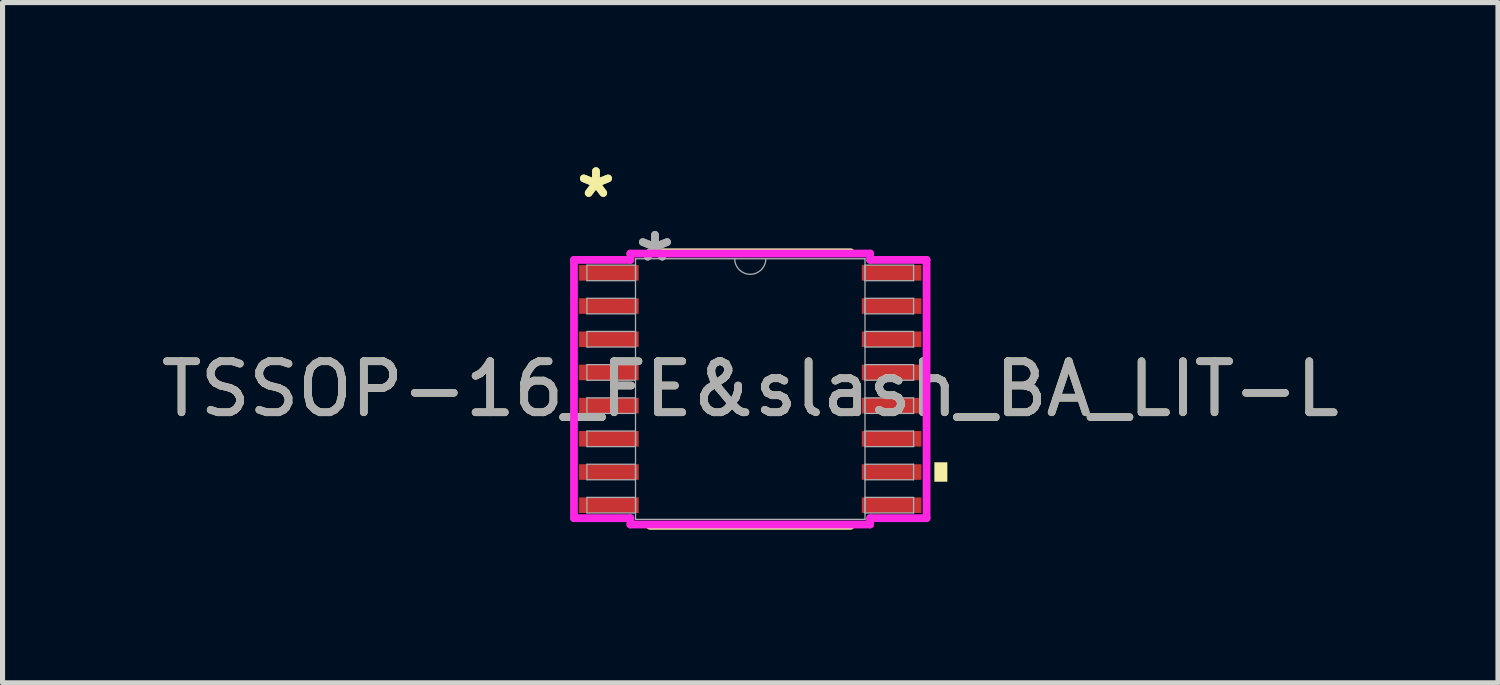
<source format=kicad_pcb>
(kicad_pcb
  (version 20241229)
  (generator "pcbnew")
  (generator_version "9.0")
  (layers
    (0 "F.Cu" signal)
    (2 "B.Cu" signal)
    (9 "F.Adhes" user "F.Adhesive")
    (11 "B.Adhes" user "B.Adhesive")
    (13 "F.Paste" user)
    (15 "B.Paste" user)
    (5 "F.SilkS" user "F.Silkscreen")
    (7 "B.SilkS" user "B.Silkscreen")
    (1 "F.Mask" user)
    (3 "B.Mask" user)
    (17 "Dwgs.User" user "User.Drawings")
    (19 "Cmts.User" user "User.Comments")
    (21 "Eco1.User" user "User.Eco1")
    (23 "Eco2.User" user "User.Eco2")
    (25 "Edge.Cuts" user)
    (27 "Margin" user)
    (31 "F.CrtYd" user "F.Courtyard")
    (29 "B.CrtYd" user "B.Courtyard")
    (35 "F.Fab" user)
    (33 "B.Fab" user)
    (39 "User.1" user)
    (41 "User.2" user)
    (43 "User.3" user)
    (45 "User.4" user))
  (footprint "TSSOP-16_FE&slash_BA_LIT-L"
    (layer "F.Cu")
    (at 11.649 4.572)
    (property "Reference" "TSSOP-16_FE&slash_BA_LIT-L" (at 0 0 0) (unlocked yes) (layer "F.SilkS") (effects (font (size 1 1) (thickness 0.15))))
    (attr smd)
    (fp_line (start -1.966 2.68) (end 1.966 2.68) (stroke (width 0.152) (type solid)) (layer "F.SilkS"))
    (fp_line (start 1.966 -2.68) (end -1.966 -2.68) (stroke (width 0.152) (type solid)) (layer "F.SilkS"))
    (fp_poly (pts (xy 3.861 1.435) (xy 3.861 1.816) (xy 3.607 1.816) (xy 3.607 1.435)) (stroke (width 0) (type solid)) (fill yes) (layer "F.SilkS"))
    (fp_line (start -3.454 -2.53) (end -2.349 -2.53) (stroke (width 0.152) (type solid)) (layer "F.CrtYd"))
    (fp_line (start -3.454 2.53) (end -3.454 -2.53) (stroke (width 0.152) (type solid)) (layer "F.CrtYd"))
    (fp_line (start -3.454 2.53) (end -2.349 2.53) (stroke (width 0.152) (type solid)) (layer "F.CrtYd"))
    (fp_line (start -2.349 -2.654) (end 2.349 -2.654) (stroke (width 0.152) (type solid)) (layer "F.CrtYd"))
    (fp_line (start -2.349 -2.53) (end -2.349 -2.654) (stroke (width 0.152) (type solid)) (layer "F.CrtYd"))
    (fp_line (start -2.349 2.654) (end -2.349 2.53) (stroke (width 0.152) (type solid)) (layer "F.CrtYd"))
    (fp_line (start 2.349 -2.654) (end 2.349 -2.53) (stroke (width 0.152) (type solid)) (layer "F.CrtYd"))
    (fp_line (start 2.349 2.53) (end 2.349 2.654) (stroke (width 0.152) (type solid)) (layer "F.CrtYd"))
    (fp_line (start 2.349 2.654) (end -2.349 2.654) (stroke (width 0.152) (type solid)) (layer "F.CrtYd"))
    (fp_line (start 3.454 -2.53) (end 2.349 -2.53) (stroke (width 0.152) (type solid)) (layer "F.CrtYd"))
    (fp_line (start 3.454 -2.53) (end 3.454 2.53) (stroke (width 0.152) (type solid)) (layer "F.CrtYd"))
    (fp_line (start 3.454 2.53) (end 2.349 2.53) (stroke (width 0.152) (type solid)) (layer "F.CrtYd"))
    (fp_line (start -3.2 -2.428) (end -3.2 -2.123) (stroke (width 0.025) (type solid)) (layer "F.Fab"))
    (fp_line (start -3.2 -2.123) (end -2.248 -2.123) (stroke (width 0.025) (type solid)) (layer "F.Fab"))
    (fp_line (start -3.2 -1.778) (end -3.2 -1.473) (stroke (width 0.025) (type solid)) (layer "F.Fab"))
    (fp_line (start -3.2 -1.473) (end -2.248 -1.473) (stroke (width 0.025) (type solid)) (layer "F.Fab"))
    (fp_line (start -3.2 -1.128) (end -3.2 -0.823) (stroke (width 0.025) (type solid)) (layer "F.Fab"))
    (fp_line (start -3.2 -0.823) (end -2.248 -0.823) (stroke (width 0.025) (type solid)) (layer "F.Fab"))
    (fp_line (start -3.2 -0.478) (end -3.2 -0.173) (stroke (width 0.025) (type solid)) (layer "F.Fab"))
    (fp_line (start -3.2 -0.173) (end -2.248 -0.173) (stroke (width 0.025) (type solid)) (layer "F.Fab"))
    (fp_line (start -3.2 0.173) (end -3.2 0.478) (stroke (width 0.025) (type solid)) (layer "F.Fab"))
    (fp_line (start -3.2 0.478) (end -2.248 0.478) (stroke (width 0.025) (type solid)) (layer "F.Fab"))
    (fp_line (start -3.2 0.823) (end -3.2 1.128) (stroke (width 0.025) (type solid)) (layer "F.Fab"))
    (fp_line (start -3.2 1.128) (end -2.248 1.128) (stroke (width 0.025) (type solid)) (layer "F.Fab"))
    (fp_line (start -3.2 1.473) (end -3.2 1.778) (stroke (width 0.025) (type solid)) (layer "F.Fab"))
    (fp_line (start -3.2 1.778) (end -2.248 1.778) (stroke (width 0.025) (type solid)) (layer "F.Fab"))
    (fp_line (start -3.2 2.123) (end -3.2 2.428) (stroke (width 0.025) (type solid)) (layer "F.Fab"))
    (fp_line (start -3.2 2.428) (end -2.248 2.428) (stroke (width 0.025) (type solid)) (layer "F.Fab"))
    (fp_line (start -2.248 -2.553) (end -2.248 2.553) (stroke (width 0.025) (type solid)) (layer "F.Fab"))
    (fp_line (start -2.248 -2.428) (end -3.2 -2.428) (stroke (width 0.025) (type solid)) (layer "F.Fab"))
    (fp_line (start -2.248 -2.123) (end -2.248 -2.428) (stroke (width 0.025) (type solid)) (layer "F.Fab"))
    (fp_line (start -2.248 -1.778) (end -3.2 -1.778) (stroke (width 0.025) (type solid)) (layer "F.Fab"))
    (fp_line (start -2.248 -1.473) (end -2.248 -1.778) (stroke (width 0.025) (type solid)) (layer "F.Fab"))
    (fp_line (start -2.248 -1.128) (end -3.2 -1.128) (stroke (width 0.025) (type solid)) (layer "F.Fab"))
    (fp_line (start -2.248 -0.823) (end -2.248 -1.128) (stroke (width 0.025) (type solid)) (layer "F.Fab"))
    (fp_line (start -2.248 -0.478) (end -3.2 -0.478) (stroke (width 0.025) (type solid)) (layer "F.Fab"))
    (fp_line (start -2.248 -0.173) (end -2.248 -0.478) (stroke (width 0.025) (type solid)) (layer "F.Fab"))
    (fp_line (start -2.248 0.173) (end -3.2 0.173) (stroke (width 0.025) (type solid)) (layer "F.Fab"))
    (fp_line (start -2.248 0.478) (end -2.248 0.173) (stroke (width 0.025) (type solid)) (layer "F.Fab"))
    (fp_line (start -2.248 0.823) (end -3.2 0.823) (stroke (width 0.025) (type solid)) (layer "F.Fab"))
    (fp_line (start -2.248 1.128) (end -2.248 0.823) (stroke (width 0.025) (type solid)) (layer "F.Fab"))
    (fp_line (start -2.248 1.473) (end -3.2 1.473) (stroke (width 0.025) (type solid)) (layer "F.Fab"))
    (fp_line (start -2.248 1.778) (end -2.248 1.473) (stroke (width 0.025) (type solid)) (layer "F.Fab"))
    (fp_line (start -2.248 2.123) (end -3.2 2.123) (stroke (width 0.025) (type solid)) (layer "F.Fab"))
    (fp_line (start -2.248 2.428) (end -2.248 2.123) (stroke (width 0.025) (type solid)) (layer "F.Fab"))
    (fp_line (start -2.248 2.553) (end 2.248 2.553) (stroke (width 0.025) (type solid)) (layer "F.Fab"))
    (fp_line (start 2.248 -2.553) (end -2.248 -2.553) (stroke (width 0.025) (type solid)) (layer "F.Fab"))
    (fp_line (start 2.248 -2.428) (end 2.248 -2.123) (stroke (width 0.025) (type solid)) (layer "F.Fab"))
    (fp_line (start 2.248 -2.123) (end 3.2 -2.123) (stroke (width 0.025) (type solid)) (layer "F.Fab"))
    (fp_line (start 2.248 -1.778) (end 2.248 -1.473) (stroke (width 0.025) (type solid)) (layer "F.Fab"))
    (fp_line (start 2.248 -1.473) (end 3.2 -1.473) (stroke (width 0.025) (type solid)) (layer "F.Fab"))
    (fp_line (start 2.248 -1.128) (end 2.248 -0.823) (stroke (width 0.025) (type solid)) (layer "F.Fab"))
    (fp_line (start 2.248 -0.823) (end 3.2 -0.823) (stroke (width 0.025) (type solid)) (layer "F.Fab"))
    (fp_line (start 2.248 -0.478) (end 2.248 -0.173) (stroke (width 0.025) (type solid)) (layer "F.Fab"))
    (fp_line (start 2.248 -0.173) (end 3.2 -0.173) (stroke (width 0.025) (type solid)) (layer "F.Fab"))
    (fp_line (start 2.248 0.173) (end 2.248 0.478) (stroke (width 0.025) (type solid)) (layer "F.Fab"))
    (fp_line (start 2.248 0.478) (end 3.2 0.478) (stroke (width 0.025) (type solid)) (layer "F.Fab"))
    (fp_line (start 2.248 0.823) (end 2.248 1.128) (stroke (width 0.025) (type solid)) (layer "F.Fab"))
    (fp_line (start 2.248 1.128) (end 3.2 1.128) (stroke (width 0.025) (type solid)) (layer "F.Fab"))
    (fp_line (start 2.248 1.473) (end 2.248 1.778) (stroke (width 0.025) (type solid)) (layer "F.Fab"))
    (fp_line (start 2.248 1.778) (end 3.2 1.778) (stroke (width 0.025) (type solid)) (layer "F.Fab"))
    (fp_line (start 2.248 2.123) (end 2.248 2.428) (stroke (width 0.025) (type solid)) (layer "F.Fab"))
    (fp_line (start 2.248 2.428) (end 3.2 2.428) (stroke (width 0.025) (type solid)) (layer "F.Fab"))
    (fp_line (start 2.248 2.553) (end 2.248 -2.553) (stroke (width 0.025) (type solid)) (layer "F.Fab"))
    (fp_line (start 3.2 -2.428) (end 2.248 -2.428) (stroke (width 0.025) (type solid)) (layer "F.Fab"))
    (fp_line (start 3.2 -2.123) (end 3.2 -2.428) (stroke (width 0.025) (type solid)) (layer "F.Fab"))
    (fp_line (start 3.2 -1.778) (end 2.248 -1.778) (stroke (width 0.025) (type solid)) (layer "F.Fab"))
    (fp_line (start 3.2 -1.473) (end 3.2 -1.778) (stroke (width 0.025) (type solid)) (layer "F.Fab"))
    (fp_line (start 3.2 -1.128) (end 2.248 -1.128) (stroke (width 0.025) (type solid)) (layer "F.Fab"))
    (fp_line (start 3.2 -0.823) (end 3.2 -1.128) (stroke (width 0.025) (type solid)) (layer "F.Fab"))
    (fp_line (start 3.2 -0.478) (end 2.248 -0.478) (stroke (width 0.025) (type solid)) (layer "F.Fab"))
    (fp_line (start 3.2 -0.173) (end 3.2 -0.478) (stroke (width 0.025) (type solid)) (layer "F.Fab"))
    (fp_line (start 3.2 0.173) (end 2.248 0.173) (stroke (width 0.025) (type solid)) (layer "F.Fab"))
    (fp_line (start 3.2 0.478) (end 3.2 0.173) (stroke (width 0.025) (type solid)) (layer "F.Fab"))
    (fp_line (start 3.2 0.823) (end 2.248 0.823) (stroke (width 0.025) (type solid)) (layer "F.Fab"))
    (fp_line (start 3.2 1.128) (end 3.2 0.823) (stroke (width 0.025) (type solid)) (layer "F.Fab"))
    (fp_line (start 3.2 1.473) (end 2.248 1.473) (stroke (width 0.025) (type solid)) (layer "F.Fab"))
    (fp_line (start 3.2 1.778) (end 3.2 1.473) (stroke (width 0.025) (type solid)) (layer "F.Fab"))
    (fp_line (start 3.2 2.123) (end 2.248 2.123) (stroke (width 0.025) (type solid)) (layer "F.Fab"))
    (fp_line (start 3.2 2.428) (end 3.2 2.123) (stroke (width 0.025) (type solid)) (layer "F.Fab"))
    (fp_arc (start 0.3048 -2.5527) (mid 0 -2.2479) (end -0.3048 -2.5527) (stroke (width 0.0254) (type solid)) (layer "F.Fab"))
    (fp_text user "*" (at -3.023 -3.724 0) (layer "F.SilkS") (effects (font (size 1 1) (thickness 0.15))))
    (fp_text user "*" (at -3.023 -3.724 0) (unlocked yes) (layer "F.SilkS") (effects (font (size 1 1) (thickness 0.15))))
    (fp_text user "*" (at -1.867 -2.477 0) (unlocked yes) (layer "F.Fab") (effects (font (size 1 1) (thickness 0.15))))
    (fp_text user "${REFERENCE}" (at 0 0 0) (unlocked yes) (layer "F.Fab") (effects (font (size 1 1) (thickness 0.15))))
    (fp_text user "*" (at -1.867 -2.477 0) (layer "F.Fab") (effects (font (size 1 1) (thickness 0.15))))
    (pad "1" smd rect (at -2.769 -2.276) (size 1.168 0.305) (layers "F.Cu" "F.Mask" "F.Paste"))
    (pad "2" smd rect (at -2.769 -1.626) (size 1.168 0.305) (layers "F.Cu" "F.Mask" "F.Paste"))
    (pad "3" smd rect (at -2.769 -0.975) (size 1.168 0.305) (layers "F.Cu" "F.Mask" "F.Paste"))
    (pad "4" smd rect (at -2.769 -0.325) (size 1.168 0.305) (layers "F.Cu" "F.Mask" "F.Paste"))
    (pad "5" smd rect (at -2.769 0.325) (size 1.168 0.305) (layers "F.Cu" "F.Mask" "F.Paste"))
    (pad "6" smd rect (at -2.769 0.975) (size 1.168 0.305) (layers "F.Cu" "F.Mask" "F.Paste"))
    (pad "7" smd rect (at -2.769 1.626) (size 1.168 0.305) (layers "F.Cu" "F.Mask" "F.Paste"))
    (pad "8" smd rect (at -2.769 2.276) (size 1.168 0.305) (layers "F.Cu" "F.Mask" "F.Paste"))
    (pad "9" smd rect (at 2.769 2.276) (size 1.168 0.305) (layers "F.Cu" "F.Mask" "F.Paste"))
    (pad "10" smd rect (at 2.769 1.626) (size 1.168 0.305) (layers "F.Cu" "F.Mask" "F.Paste"))
    (pad "11" smd rect (at 2.769 0.975) (size 1.168 0.305) (layers "F.Cu" "F.Mask" "F.Paste"))
    (pad "12" smd rect (at 2.769 0.325) (size 1.168 0.305) (layers "F.Cu" "F.Mask" "F.Paste"))
    (pad "13" smd rect (at 2.769 -0.325) (size 1.168 0.305) (layers "F.Cu" "F.Mask" "F.Paste"))
    (pad "14" smd rect (at 2.769 -0.975) (size 1.168 0.305) (layers "F.Cu" "F.Mask" "F.Paste"))
    (pad "15" smd rect (at 2.769 -1.626) (size 1.168 0.305) (layers "F.Cu" "F.Mask" "F.Paste"))
    (pad "16" smd rect (at 2.769 -2.276) (size 1.168 0.305) (layers "F.Cu" "F.Mask" "F.Paste")))
  (gr_rect
    (start -3 -3)
    (end 26.298 10.328)
    (stroke (width 0.1) (type default))
    (fill no)
    (layer "Edge.Cuts")))
</source>
